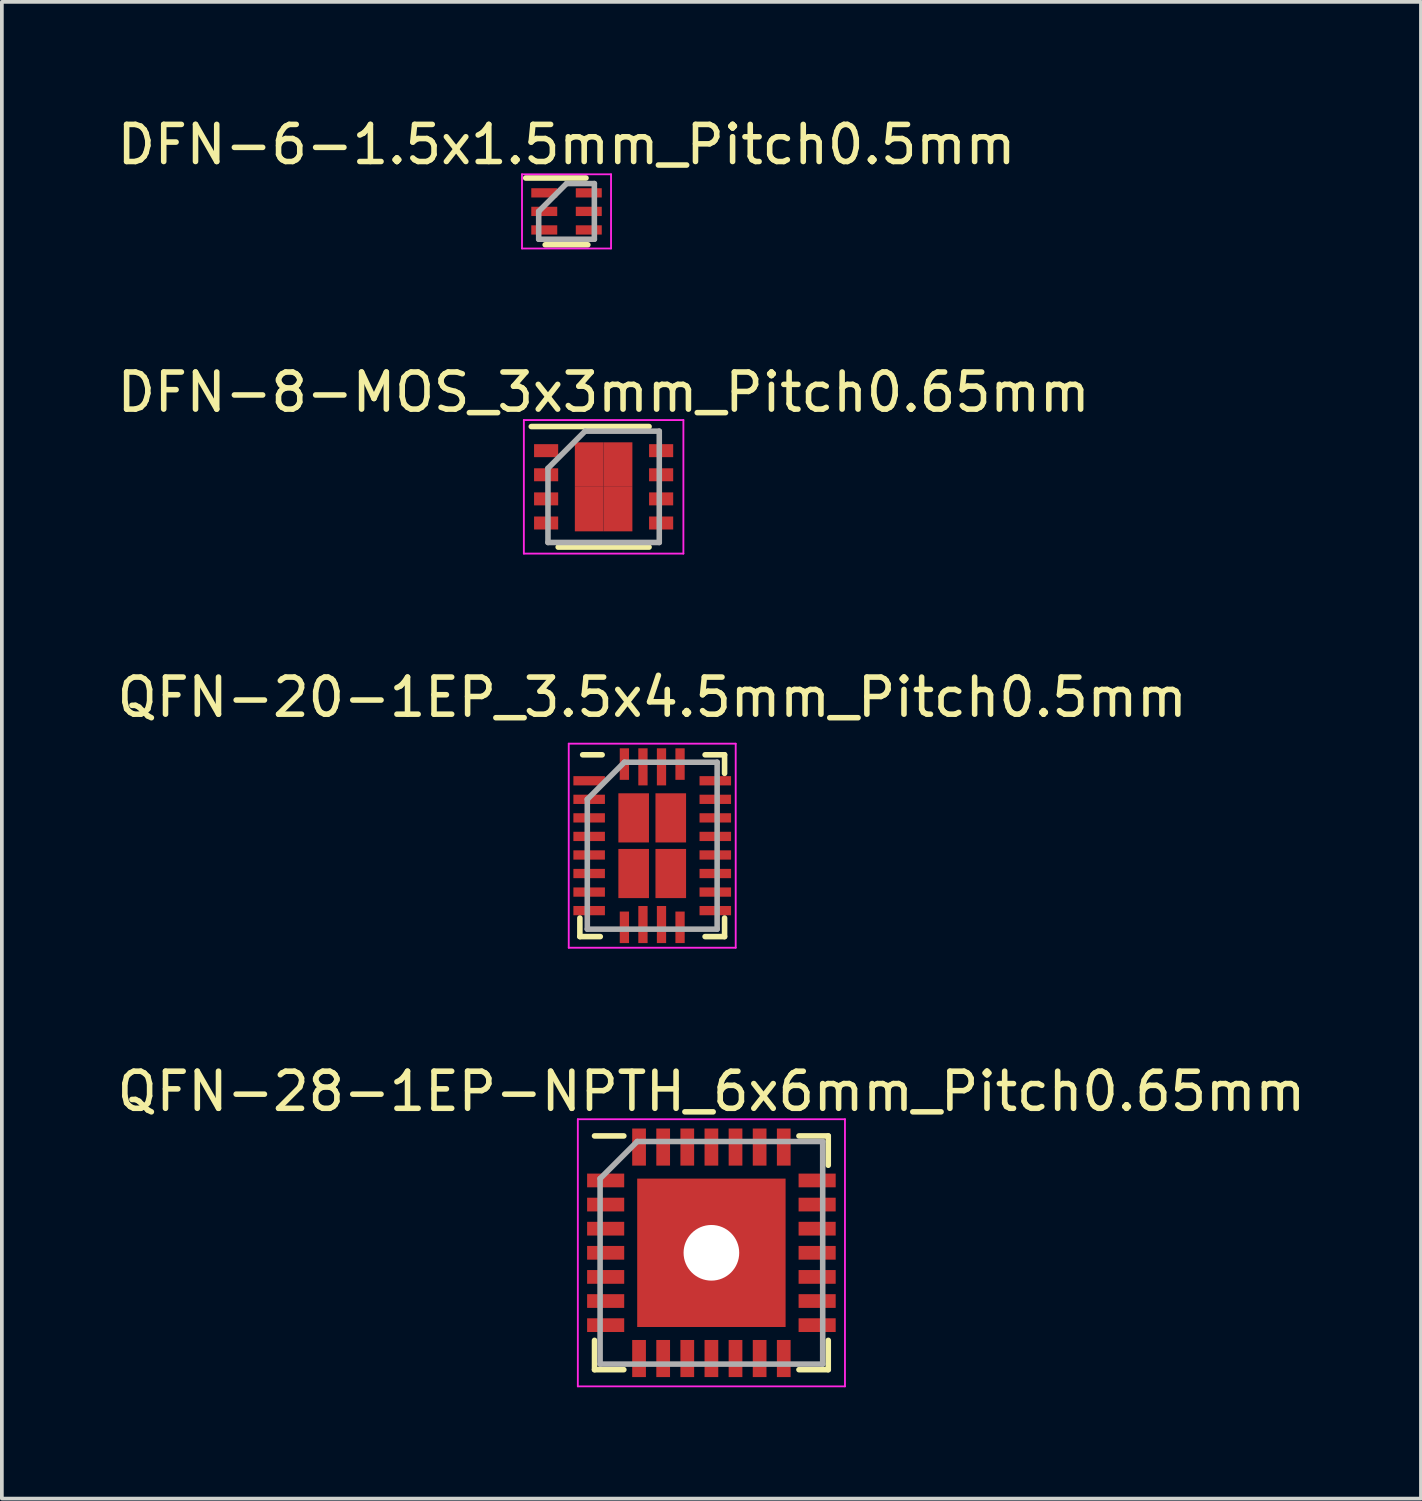
<source format=kicad_pcb>
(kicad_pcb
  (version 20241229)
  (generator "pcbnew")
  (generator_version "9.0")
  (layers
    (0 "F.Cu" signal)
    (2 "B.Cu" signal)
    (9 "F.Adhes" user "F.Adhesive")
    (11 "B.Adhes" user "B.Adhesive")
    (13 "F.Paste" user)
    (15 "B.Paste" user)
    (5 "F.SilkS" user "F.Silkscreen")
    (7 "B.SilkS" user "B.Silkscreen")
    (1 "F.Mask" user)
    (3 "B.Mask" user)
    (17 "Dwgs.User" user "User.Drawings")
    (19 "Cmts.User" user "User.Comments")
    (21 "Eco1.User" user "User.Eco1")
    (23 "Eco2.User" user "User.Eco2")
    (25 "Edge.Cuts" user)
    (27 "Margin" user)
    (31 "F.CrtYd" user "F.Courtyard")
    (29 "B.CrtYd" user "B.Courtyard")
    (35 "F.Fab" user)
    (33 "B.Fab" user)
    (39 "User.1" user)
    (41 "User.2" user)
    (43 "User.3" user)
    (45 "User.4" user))
  (footprint "DFN-6-1.5x1.5mm_Pitch0.5mm"
    (layer "F.Cu")
    (at 12.22 2.648)
    (property "Reference" "DFN-6-1.5x1.5mm_Pitch0.5mm" (at 0 -1.8 0) (layer "F.SilkS") (effects (font (size 1 1) (thickness 0.15))))
    (attr smd)
    (fp_line (start -1.1 -0.9) (end 0.525 -0.9) (stroke (width 0.15) (type solid)) (layer "F.SilkS"))
    (fp_line (start -0.575 0.9) (end 0.575 0.9) (stroke (width 0.15) (type solid)) (layer "F.SilkS"))
    (fp_line (start -1.2 -1) (end -1.2 1) (stroke (width 0.05) (type solid)) (layer "F.CrtYd"))
    (fp_line (start -1.2 -1) (end 1.2 -1) (stroke (width 0.05) (type solid)) (layer "F.CrtYd"))
    (fp_line (start -1.2 1) (end 1.2 1) (stroke (width 0.05) (type solid)) (layer "F.CrtYd"))
    (fp_line (start 1.2 -1) (end 1.2 1) (stroke (width 0.05) (type solid)) (layer "F.CrtYd"))
    (fp_line (start -0.75 0) (end 0 -0.75) (stroke (width 0.15) (type solid)) (layer "F.Fab"))
    (fp_line (start -0.75 0.75) (end -0.75 0) (stroke (width 0.15) (type solid)) (layer "F.Fab"))
    (fp_line (start 0 -0.75) (end 0.75 -0.75) (stroke (width 0.15) (type solid)) (layer "F.Fab"))
    (fp_line (start 0.75 -0.75) (end 0.75 0.75) (stroke (width 0.15) (type solid)) (layer "F.Fab"))
    (fp_line (start 0.75 0.75) (end -0.75 0.75) (stroke (width 0.15) (type solid)) (layer "F.Fab"))
    (pad "1" smd rect (at -0.6 -0.5) (size 0.7 0.25) (layers "F.Cu" "F.Mask" "F.Paste"))
    (pad "2" smd rect (at -0.6 0) (size 0.7 0.25) (layers "F.Cu" "F.Mask" "F.Paste"))
    (pad "3" smd rect (at -0.6 0.5) (size 0.7 0.25) (layers "F.Cu" "F.Mask" "F.Paste"))
    (pad "4" smd rect (at 0.6 0.5) (size 0.7 0.25) (layers "F.Cu" "F.Mask" "F.Paste"))
    (pad "5" smd rect (at 0.6 0) (size 0.7 0.25) (layers "F.Cu" "F.Mask" "F.Paste"))
    (pad "6" smd rect (at 0.6 -0.5) (size 0.7 0.25) (layers "F.Cu" "F.Mask" "F.Paste")))
  (footprint "DFN-8-MOS_3x3mm_Pitch0.65mm"
    (layer "F.Cu")
    (at 13.22 10.072)
    (property "Reference" "DFN-8-MOS_3x3mm_Pitch0.65mm" (at 0 -2.55 0) (layer "F.SilkS") (effects (font (size 1 1) (thickness 0.15))))
    (attr smd)
    (fp_line (start -1.95 -1.625) (end 1.225 -1.625) (stroke (width 0.15) (type solid)) (layer "F.SilkS"))
    (fp_line (start -1.225 1.625) (end 1.225 1.625) (stroke (width 0.15) (type solid)) (layer "F.SilkS"))
    (fp_line (start -2.15 -1.8) (end -2.15 1.8) (stroke (width 0.05) (type solid)) (layer "F.CrtYd"))
    (fp_line (start -2.15 -1.8) (end 2.15 -1.8) (stroke (width 0.05) (type solid)) (layer "F.CrtYd"))
    (fp_line (start -2.15 1.8) (end 2.15 1.8) (stroke (width 0.05) (type solid)) (layer "F.CrtYd"))
    (fp_line (start 2.15 -1.8) (end 2.15 1.8) (stroke (width 0.05) (type solid)) (layer "F.CrtYd"))
    (fp_line (start -1.5 -0.5) (end -0.5 -1.5) (stroke (width 0.15) (type solid)) (layer "F.Fab"))
    (fp_line (start -1.5 1.5) (end -1.5 -0.5) (stroke (width 0.15) (type solid)) (layer "F.Fab"))
    (fp_line (start -0.5 -1.5) (end 1.5 -1.5) (stroke (width 0.15) (type solid)) (layer "F.Fab"))
    (fp_line (start 1.5 -1.5) (end 1.5 1.5) (stroke (width 0.15) (type solid)) (layer "F.Fab"))
    (fp_line (start 1.5 1.5) (end -1.5 1.5) (stroke (width 0.15) (type solid)) (layer "F.Fab"))
    (pad "1" smd rect (at -1.55 -0.975) (size 0.65 0.35) (layers "F.Cu" "F.Mask" "F.Paste"))
    (pad "2" smd rect (at -1.55 -0.325) (size 0.65 0.35) (layers "F.Cu" "F.Mask" "F.Paste"))
    (pad "3" smd rect (at -1.55 0.325) (size 0.65 0.35) (layers "F.Cu" "F.Mask" "F.Paste"))
    (pad "4" smd rect (at -1.55 0.975) (size 0.65 0.35) (layers "F.Cu" "F.Mask" "F.Paste"))
    (pad "5" smd rect (at 1.55 0.975) (size 0.65 0.35) (layers "F.Cu" "F.Mask" "F.Paste"))
    (pad "6" smd rect (at 1.55 0.325) (size 0.65 0.35) (layers "F.Cu" "F.Mask" "F.Paste"))
    (pad "7" smd rect (at 1.55 -0.325) (size 0.65 0.35) (layers "F.Cu" "F.Mask" "F.Paste"))
    (pad "8" smd rect (at -0.388 -0.6) (size 0.775 1.2) (layers "F.Cu" "F.Mask" "F.Paste"))
    (pad "8" smd rect (at -0.388 0.6) (size 0.775 1.2) (layers "F.Cu" "F.Mask" "F.Paste"))
    (pad "8" smd rect (at 0.388 -0.6) (size 0.775 1.2) (layers "F.Cu" "F.Mask" "F.Paste"))
    (pad "8" smd rect (at 0.388 0.6) (size 0.775 1.2) (layers "F.Cu" "F.Mask" "F.Paste"))
    (pad "8" smd rect (at 1.55 -0.975) (size 0.65 0.35) (layers "F.Cu" "F.Mask" "F.Paste")))
  (footprint "QFN-28-1EP-NPTH_6x6mm_Pitch0.65mm"
    (layer "F.Cu")
    (at 16.125 30.718)
    (property "Reference" "QFN-28-1EP-NPTH_6x6mm_Pitch0.65mm" (at 0 -4.35 0) (layer "F.SilkS") (effects (font (size 1 1) (thickness 0.15))))
    (attr smd)
    (fp_line (start -3.15 -3.15) (end -2.36 -3.15) (stroke (width 0.15) (type solid)) (layer "F.SilkS"))
    (fp_line (start -3.15 3.15) (end -3.15 2.36) (stroke (width 0.15) (type solid)) (layer "F.SilkS"))
    (fp_line (start -3.15 3.15) (end -2.36 3.15) (stroke (width 0.15) (type solid)) (layer "F.SilkS"))
    (fp_line (start 3.15 -3.15) (end 2.36 -3.15) (stroke (width 0.15) (type solid)) (layer "F.SilkS"))
    (fp_line (start 3.15 -3.15) (end 3.15 -2.36) (stroke (width 0.15) (type solid)) (layer "F.SilkS"))
    (fp_line (start 3.15 3.15) (end 2.36 3.15) (stroke (width 0.15) (type solid)) (layer "F.SilkS"))
    (fp_line (start 3.15 3.15) (end 3.15 2.36) (stroke (width 0.15) (type solid)) (layer "F.SilkS"))
    (fp_line (start -3.6 -3.6) (end -3.6 3.6) (stroke (width 0.05) (type solid)) (layer "F.CrtYd"))
    (fp_line (start -3.6 -3.6) (end 3.6 -3.6) (stroke (width 0.05) (type solid)) (layer "F.CrtYd"))
    (fp_line (start -3.6 3.6) (end 3.6 3.6) (stroke (width 0.05) (type solid)) (layer "F.CrtYd"))
    (fp_line (start 3.6 -3.6) (end 3.6 3.6) (stroke (width 0.05) (type solid)) (layer "F.CrtYd"))
    (fp_line (start -3 -2) (end -2 -3) (stroke (width 0.15) (type solid)) (layer "F.Fab"))
    (fp_line (start -3 3) (end -3 -2) (stroke (width 0.15) (type solid)) (layer "F.Fab"))
    (fp_line (start -2 -3) (end 3 -3) (stroke (width 0.15) (type solid)) (layer "F.Fab"))
    (fp_line (start 3 -3) (end 3 3) (stroke (width 0.15) (type solid)) (layer "F.Fab"))
    (fp_line (start 3 3) (end -3 3) (stroke (width 0.15) (type solid)) (layer "F.Fab"))
    (pad "" np_thru_hole circle (at 0 0) (size 1.5 1.5) (drill 1.5) (layers "*.Cu"))
    (pad "1" smd rect (at -2.85 -1.95) (size 1 0.37) (layers "F.Cu" "F.Mask" "F.Paste"))
    (pad "2" smd rect (at -2.85 -1.3) (size 1 0.37) (layers "F.Cu" "F.Mask" "F.Paste"))
    (pad "3" smd rect (at -2.85 -0.65) (size 1 0.37) (layers "F.Cu" "F.Mask" "F.Paste"))
    (pad "4" smd rect (at -2.85 0) (size 1 0.37) (layers "F.Cu" "F.Mask" "F.Paste"))
    (pad "5" smd rect (at -2.85 0.65) (size 1 0.37) (layers "F.Cu" "F.Mask" "F.Paste"))
    (pad "6" smd rect (at -2.85 1.3) (size 1 0.37) (layers "F.Cu" "F.Mask" "F.Paste"))
    (pad "7" smd rect (at -2.85 1.95) (size 1 0.37) (layers "F.Cu" "F.Mask" "F.Paste"))
    (pad "8" smd rect (at -1.95 2.85 90) (size 1 0.37) (layers "F.Cu" "F.Mask" "F.Paste"))
    (pad "9" smd rect (at -1.3 2.85 90) (size 1 0.37) (layers "F.Cu" "F.Mask" "F.Paste"))
    (pad "10" smd rect (at -0.65 2.85 90) (size 1 0.37) (layers "F.Cu" "F.Mask" "F.Paste"))
    (pad "11" smd rect (at 0 2.85 90) (size 1 0.37) (layers "F.Cu" "F.Mask" "F.Paste"))
    (pad "12" smd rect (at 0.65 2.85 90) (size 1 0.37) (layers "F.Cu" "F.Mask" "F.Paste"))
    (pad "13" smd rect (at 1.3 2.85 90) (size 1 0.37) (layers "F.Cu" "F.Mask" "F.Paste"))
    (pad "14" smd rect (at 1.95 2.85 90) (size 1 0.37) (layers "F.Cu" "F.Mask" "F.Paste"))
    (pad "15" smd rect (at 2.85 1.95) (size 1 0.37) (layers "F.Cu" "F.Mask" "F.Paste"))
    (pad "16" smd rect (at 2.85 1.3) (size 1 0.37) (layers "F.Cu" "F.Mask" "F.Paste"))
    (pad "17" smd rect (at 2.85 0.65) (size 1 0.37) (layers "F.Cu" "F.Mask" "F.Paste"))
    (pad "18" smd rect (at 2.85 0) (size 1 0.37) (layers "F.Cu" "F.Mask" "F.Paste"))
    (pad "19" smd rect (at 2.85 -0.65) (size 1 0.37) (layers "F.Cu" "F.Mask" "F.Paste"))
    (pad "20" smd rect (at 2.85 -1.3) (size 1 0.37) (layers "F.Cu" "F.Mask" "F.Paste"))
    (pad "21" smd rect (at 2.85 -1.95) (size 1 0.37) (layers "F.Cu" "F.Mask" "F.Paste"))
    (pad "22" smd rect (at 1.95 -2.85 90) (size 1 0.37) (layers "F.Cu" "F.Mask" "F.Paste"))
    (pad "23" smd rect (at 1.3 -2.85 90) (size 1 0.37) (layers "F.Cu" "F.Mask" "F.Paste"))
    (pad "24" smd rect (at 0.65 -2.85 90) (size 1 0.37) (layers "F.Cu" "F.Mask" "F.Paste"))
    (pad "25" smd rect (at 0 -2.85 90) (size 1 0.37) (layers "F.Cu" "F.Mask" "F.Paste"))
    (pad "26" smd rect (at -0.65 -2.85 90) (size 1 0.37) (layers "F.Cu" "F.Mask" "F.Paste"))
    (pad "27" smd rect (at -1.3 -2.85 90) (size 1 0.37) (layers "F.Cu" "F.Mask" "F.Paste"))
    (pad "28" smd rect (at -1.95 -2.85 90) (size 1 0.37) (layers "F.Cu" "F.Mask" "F.Paste"))
    (pad "29" smd rect (at 0 0) (size 4 4) (layers "F.Cu" "F.Mask" "F.Paste")))
  (footprint "QFN-20-1EP_3.5x4.5mm_Pitch0.5mm"
    (layer "F.Cu")
    (at 14.53 19.745)
    (property "Reference" "QFN-20-1EP_3.5x4.5mm_Pitch0.5mm" (at 0 -4 0) (layer "F.SilkS") (effects (font (size 1 1) (thickness 0.15))))
    (attr smd)
    (fp_line (start -1.95 1.95) (end -1.95 2.45) (stroke (width 0.15) (type solid)) (layer "F.SilkS"))
    (fp_line (start -1.95 2.45) (end -1.4 2.45) (stroke (width 0.15) (type solid)) (layer "F.SilkS"))
    (fp_line (start -1.875 -2.45) (end -1.35 -2.45) (stroke (width 0.15) (type solid)) (layer "F.SilkS"))
    (fp_line (start 1.95 -2.45) (end 1.425 -2.45) (stroke (width 0.15) (type solid)) (layer "F.SilkS"))
    (fp_line (start 1.95 -2.45) (end 1.95 -1.95) (stroke (width 0.15) (type solid)) (layer "F.SilkS"))
    (fp_line (start 1.95 2.45) (end 1.425 2.45) (stroke (width 0.15) (type solid)) (layer "F.SilkS"))
    (fp_line (start 1.95 2.45) (end 1.95 1.95) (stroke (width 0.15) (type solid)) (layer "F.SilkS"))
    (fp_line (start -2.25 -2.75) (end -2.25 2.75) (stroke (width 0.05) (type solid)) (layer "F.CrtYd"))
    (fp_line (start -2.25 -2.75) (end 2.25 -2.75) (stroke (width 0.05) (type solid)) (layer "F.CrtYd"))
    (fp_line (start -2.25 2.75) (end 2.25 2.75) (stroke (width 0.05) (type solid)) (layer "F.CrtYd"))
    (fp_line (start 2.25 -2.75) (end 2.25 2.75) (stroke (width 0.05) (type solid)) (layer "F.CrtYd"))
    (fp_line (start -1.75 -1.25) (end -0.75 -2.25) (stroke (width 0.15) (type solid)) (layer "F.Fab"))
    (fp_line (start -1.75 2.25) (end -1.75 -1.25) (stroke (width 0.15) (type solid)) (layer "F.Fab"))
    (fp_line (start -0.75 -2.25) (end 1.75 -2.25) (stroke (width 0.15) (type solid)) (layer "F.Fab"))
    (fp_line (start 1.75 -2.25) (end 1.75 2.25) (stroke (width 0.15) (type solid)) (layer "F.Fab"))
    (fp_line (start 1.75 2.25) (end -1.75 2.25) (stroke (width 0.15) (type solid)) (layer "F.Fab"))
    (pad "1" smd rect (at -0.75 -2.2 90) (size 0.85 0.25) (layers "F.Cu" "F.Mask" "F.Paste"))
    (pad "2" smd rect (at -1.7 -1.75) (size 0.85 0.25) (layers "F.Cu" "F.Mask" "F.Paste"))
    (pad "3" smd rect (at -1.7 -1.25) (size 0.85 0.25) (layers "F.Cu" "F.Mask" "F.Paste"))
    (pad "4" smd rect (at -1.7 -0.75) (size 0.85 0.25) (layers "F.Cu" "F.Mask" "F.Paste"))
    (pad "5" smd rect (at -1.7 -0.25) (size 0.85 0.25) (layers "F.Cu" "F.Mask" "F.Paste"))
    (pad "6" smd rect (at -1.7 0.25) (size 0.85 0.25) (layers "F.Cu" "F.Mask" "F.Paste"))
    (pad "7" smd rect (at -1.7 0.75) (size 0.85 0.25) (layers "F.Cu" "F.Mask" "F.Paste"))
    (pad "8" smd rect (at -1.7 1.25) (size 0.85 0.25) (layers "F.Cu" "F.Mask" "F.Paste"))
    (pad "9" smd rect (at -1.7 1.75) (size 0.85 0.25) (layers "F.Cu" "F.Mask" "F.Paste"))
    (pad "10" smd rect (at -0.75 2.2 90) (size 0.85 0.25) (layers "F.Cu" "F.Mask" "F.Paste"))
    (pad "11" smd rect (at 0.75 2.2 90) (size 0.85 0.25) (layers "F.Cu" "F.Mask" "F.Paste"))
    (pad "12" smd rect (at 1.7 1.75) (size 0.85 0.25) (layers "F.Cu" "F.Mask" "F.Paste"))
    (pad "13" smd rect (at 1.7 1.25) (size 0.85 0.25) (layers "F.Cu" "F.Mask" "F.Paste"))
    (pad "14" smd rect (at 1.7 0.75) (size 0.85 0.25) (layers "F.Cu" "F.Mask" "F.Paste"))
    (pad "15" smd rect (at 1.7 0.25) (size 0.85 0.25) (layers "F.Cu" "F.Mask" "F.Paste"))
    (pad "16" smd rect (at 1.7 -0.25) (size 0.85 0.25) (layers "F.Cu" "F.Mask" "F.Paste"))
    (pad "17" smd rect (at 1.7 -0.75) (size 0.85 0.25) (layers "F.Cu" "F.Mask" "F.Paste"))
    (pad "18" smd rect (at 1.7 -1.25) (size 0.85 0.25) (layers "F.Cu" "F.Mask" "F.Paste"))
    (pad "19" smd rect (at 1.7 -1.75) (size 0.85 0.25) (layers "F.Cu" "F.Mask" "F.Paste"))
    (pad "20" smd rect (at 0.75 -2.2 90) (size 0.85 0.25) (layers "F.Cu" "F.Mask" "F.Paste"))
    (pad "21" smd rect (at -0.5 -0.75) (size 0.825 1.325) (layers "F.Cu" "F.Mask" "F.Paste"))
    (pad "21" smd rect (at -0.5 0.75) (size 0.825 1.325) (layers "F.Cu" "F.Mask" "F.Paste"))
    (pad "21" smd rect (at -0.25 -2.125 90) (size 1 0.25) (layers "F.Cu" "F.Mask" "F.Paste"))
    (pad "21" smd rect (at -0.25 2.125 90) (size 1 0.25) (layers "F.Cu" "F.Mask" "F.Paste"))
    (pad "21" smd rect (at 0.25 -2.125 90) (size 1 0.25) (layers "F.Cu" "F.Mask" "F.Paste"))
    (pad "21" smd rect (at 0.25 2.125 90) (size 1 0.25) (layers "F.Cu" "F.Mask" "F.Paste"))
    (pad "21" smd rect (at 0.5 -0.75) (size 0.825 1.325) (layers "F.Cu" "F.Mask" "F.Paste"))
    (pad "21" smd rect (at 0.5 0.75) (size 0.825 1.325) (layers "F.Cu" "F.Mask" "F.Paste")))
  (gr_rect
    (start -3 -3)
    (end 35.25 37.343)
    (stroke (width 0.1) (type default))
    (fill no)
    (layer "Edge.Cuts")))
</source>
